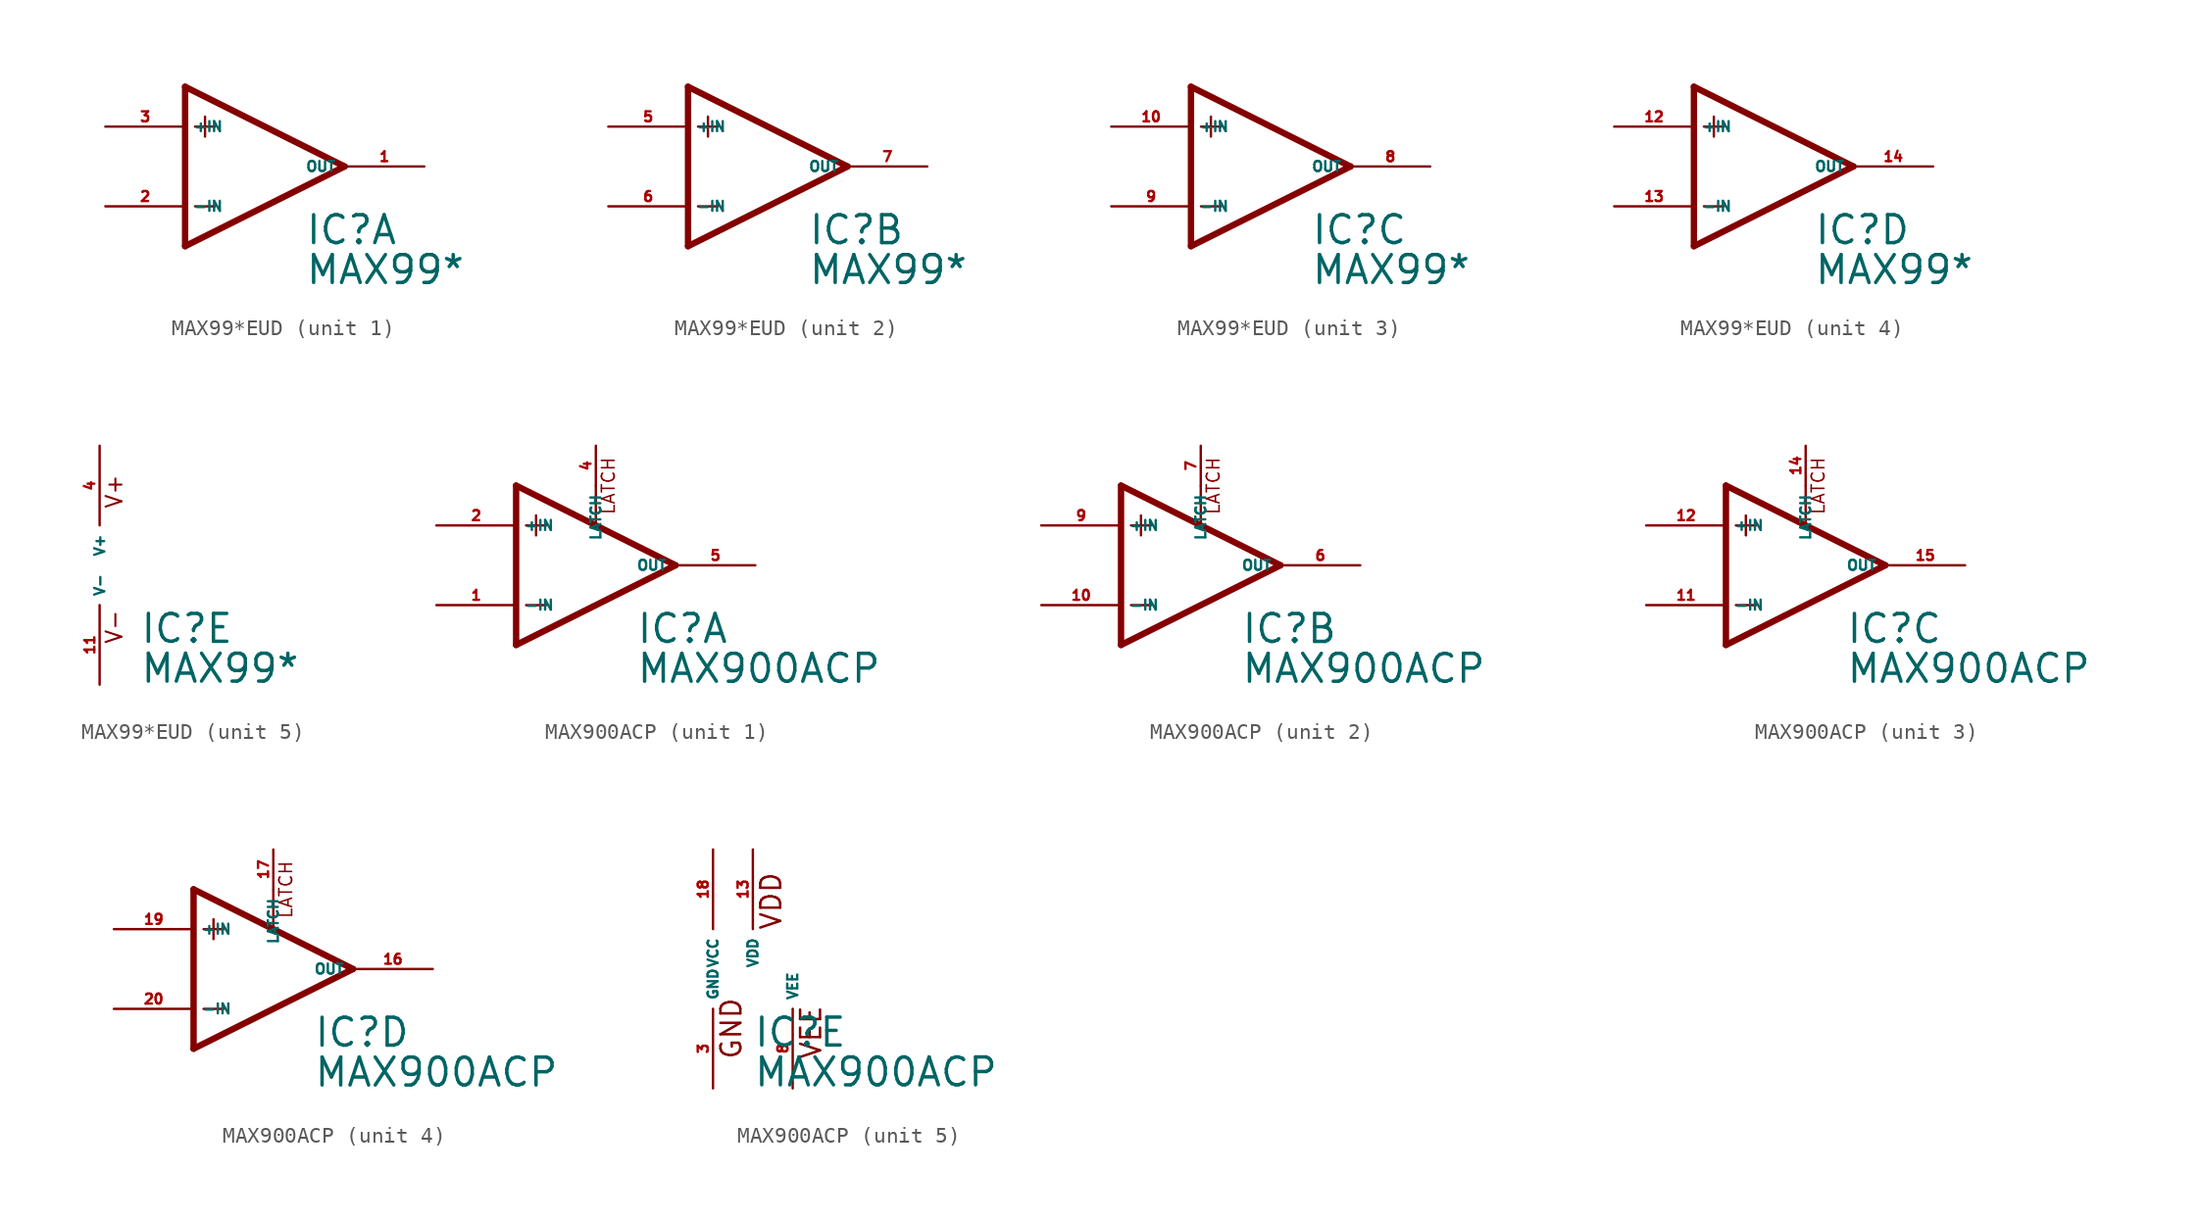
<source format=kicad_sym>
(kicad_symbol_lib
  (version 20220914)
  (generator Eagle2Kicad)
  (symbol "MAX99*EUD"
    (property "Reference" "IC"
      (at 2.54 -5.08 0)
      (effects (font (size 1.778 1.778) (thickness 0.22)) (justify left bottom)))
    (property "Value" "MAX99*"
      (at 2.54 -7.62 0)
      (effects (font (size 1.778 1.778) (thickness 0.22)) (justify left bottom)))
    (symbol "MAX99*EUD_1_0"
      (polyline (pts (xy -3.81 3.175) (xy -3.81 1.905)) (stroke (width 0.152) (type default)) (fill (type none)))
      (polyline (pts (xy -4.445 2.54) (xy -3.175 2.54)) (stroke (width 0.152) (type default)) (fill (type none)))
      (polyline (pts (xy -4.445 -2.54) (xy -3.175 -2.54)) (stroke (width 0.152) (type default)) (fill (type none)))
      (polyline (pts (xy -5.08 5.08) (xy -5.08 -5.08)) (stroke (width 0.406) (type default)) (fill (type none)))
      (polyline (pts (xy 5.08 0) (xy -5.08 5.08)) (stroke (width 0.406) (type default)) (fill (type none)))
      (polyline (pts (xy -5.08 -5.08) (xy 5.08 0)) (stroke (width 0.406) (type default)) (fill (type none)))
      (pin input line (at -10.16 -2.54 0) (length 5.08) (name "-IN" (effects (font (size 0.635 0.635) (thickness 0.08)) (justify left bottom))) (number "2" (effects (font (size 0.635 0.635) (thickness 0.08)) (justify left bottom))))
      (pin input line (at -10.16 2.54 0) (length 5.08) (name "+IN" (effects (font (size 0.635 0.635) (thickness 0.08)) (justify left bottom))) (number "3" (effects (font (size 0.635 0.635) (thickness 0.08)) (justify left bottom))))
      (pin output line (at 10.16 0 180) (length 5.08) (name "OUT" (effects (font (size 0.635 0.635) (thickness 0.08)) (justify left bottom))) (number "1" (effects (font (size 0.635 0.635) (thickness 0.08)) (justify left bottom)))))
    (symbol "MAX99*EUD_2_0"
      (polyline (pts (xy -3.81 3.175) (xy -3.81 1.905)) (stroke (width 0.152) (type default)) (fill (type none)))
      (polyline (pts (xy -4.445 2.54) (xy -3.175 2.54)) (stroke (width 0.152) (type default)) (fill (type none)))
      (polyline (pts (xy -4.445 -2.54) (xy -3.175 -2.54)) (stroke (width 0.152) (type default)) (fill (type none)))
      (polyline (pts (xy -5.08 5.08) (xy -5.08 -5.08)) (stroke (width 0.406) (type default)) (fill (type none)))
      (polyline (pts (xy 5.08 0) (xy -5.08 5.08)) (stroke (width 0.406) (type default)) (fill (type none)))
      (polyline (pts (xy -5.08 -5.08) (xy 5.08 0)) (stroke (width 0.406) (type default)) (fill (type none)))
      (pin input line (at -10.16 -2.54 0) (length 5.08) (name "-IN" (effects (font (size 0.635 0.635) (thickness 0.08)) (justify left bottom))) (number "6" (effects (font (size 0.635 0.635) (thickness 0.08)) (justify left bottom))))
      (pin input line (at -10.16 2.54 0) (length 5.08) (name "+IN" (effects (font (size 0.635 0.635) (thickness 0.08)) (justify left bottom))) (number "5" (effects (font (size 0.635 0.635) (thickness 0.08)) (justify left bottom))))
      (pin output line (at 10.16 0 180) (length 5.08) (name "OUT" (effects (font (size 0.635 0.635) (thickness 0.08)) (justify left bottom))) (number "7" (effects (font (size 0.635 0.635) (thickness 0.08)) (justify left bottom)))))
    (symbol "MAX99*EUD_3_0"
      (polyline (pts (xy -3.81 3.175) (xy -3.81 1.905)) (stroke (width 0.152) (type default)) (fill (type none)))
      (polyline (pts (xy -4.445 2.54) (xy -3.175 2.54)) (stroke (width 0.152) (type default)) (fill (type none)))
      (polyline (pts (xy -4.445 -2.54) (xy -3.175 -2.54)) (stroke (width 0.152) (type default)) (fill (type none)))
      (polyline (pts (xy -5.08 5.08) (xy -5.08 -5.08)) (stroke (width 0.406) (type default)) (fill (type none)))
      (polyline (pts (xy 5.08 0) (xy -5.08 5.08)) (stroke (width 0.406) (type default)) (fill (type none)))
      (polyline (pts (xy -5.08 -5.08) (xy 5.08 0)) (stroke (width 0.406) (type default)) (fill (type none)))
      (pin input line (at -10.16 -2.54 0) (length 5.08) (name "-IN" (effects (font (size 0.635 0.635) (thickness 0.08)) (justify left bottom))) (number "9" (effects (font (size 0.635 0.635) (thickness 0.08)) (justify left bottom))))
      (pin input line (at -10.16 2.54 0) (length 5.08) (name "+IN" (effects (font (size 0.635 0.635) (thickness 0.08)) (justify left bottom))) (number "10" (effects (font (size 0.635 0.635) (thickness 0.08)) (justify left bottom))))
      (pin output line (at 10.16 0 180) (length 5.08) (name "OUT" (effects (font (size 0.635 0.635) (thickness 0.08)) (justify left bottom))) (number "8" (effects (font (size 0.635 0.635) (thickness 0.08)) (justify left bottom)))))
    (symbol "MAX99*EUD_4_0"
      (polyline (pts (xy -3.81 3.175) (xy -3.81 1.905)) (stroke (width 0.152) (type default)) (fill (type none)))
      (polyline (pts (xy -4.445 2.54) (xy -3.175 2.54)) (stroke (width 0.152) (type default)) (fill (type none)))
      (polyline (pts (xy -4.445 -2.54) (xy -3.175 -2.54)) (stroke (width 0.152) (type default)) (fill (type none)))
      (polyline (pts (xy -5.08 5.08) (xy -5.08 -5.08)) (stroke (width 0.406) (type default)) (fill (type none)))
      (polyline (pts (xy 5.08 0) (xy -5.08 5.08)) (stroke (width 0.406) (type default)) (fill (type none)))
      (polyline (pts (xy -5.08 -5.08) (xy 5.08 0)) (stroke (width 0.406) (type default)) (fill (type none)))
      (pin input line (at -10.16 -2.54 0) (length 5.08) (name "-IN" (effects (font (size 0.635 0.635) (thickness 0.08)) (justify left bottom))) (number "13" (effects (font (size 0.635 0.635) (thickness 0.08)) (justify left bottom))))
      (pin input line (at -10.16 2.54 0) (length 5.08) (name "+IN" (effects (font (size 0.635 0.635) (thickness 0.08)) (justify left bottom))) (number "12" (effects (font (size 0.635 0.635) (thickness 0.08)) (justify left bottom))))
      (pin output line (at 10.16 0 180) (length 5.08) (name "OUT" (effects (font (size 0.635 0.635) (thickness 0.08)) (justify left bottom))) (number "14" (effects (font (size 0.635 0.635) (thickness 0.08)) (justify left bottom)))))
    (symbol "MAX99*EUD_5_0"
      (text "V+" (at 1.524 3.556 900) (effects (font (size 1.016 1.016) (thickness 0.13)) (justify left bottom)))
      (text "V-" (at 1.524 -5.08 900) (effects (font (size 1.016 1.016) (thickness 0.13)) (justify left bottom)))
      (pin unspecified line (at 0 7.62 270) (length 5.08) (name "V+" (effects (font (size 0.635 0.635) (thickness 0.08)) (justify left bottom))) (number "4" (effects (font (size 0.635 0.635) (thickness 0.08)) (justify left bottom))))
      (pin unspecified line (at 0 -7.62 90) (length 5.08) (name "V-" (effects (font (size 0.635 0.635) (thickness 0.08)) (justify left bottom))) (number "11" (effects (font (size 0.635 0.635) (thickness 0.08)) (justify left bottom))))))
  (symbol "MAX900ACP"
    (property "Reference" "IC"
      (at 2.54 -5.08 0)
      (effects (font (size 1.778 1.778) (thickness 0.22)) (justify left bottom)))
    (property "Value" "MAX900ACP"
      (at 2.54 -7.62 0)
      (effects (font (size 1.778 1.778) (thickness 0.22)) (justify left bottom)))
    (symbol "MAX900ACP_1_0"
      (polyline (pts (xy -3.81 3.175) (xy -3.81 1.905)) (stroke (width 0.152) (type default)) (fill (type none)))
      (polyline (pts (xy -4.445 2.54) (xy -3.175 2.54)) (stroke (width 0.152) (type default)) (fill (type none)))
      (polyline (pts (xy -4.445 -2.54) (xy -3.175 -2.54)) (stroke (width 0.152) (type default)) (fill (type none)))
      (polyline (pts (xy 0 5.055) (xy 0 2.616)) (stroke (width 0.152) (type default)) (fill (type none)))
      (polyline (pts (xy 5.08 0) (xy -5.08 5.08)) (stroke (width 0.406) (type default)) (fill (type none)))
      (polyline (pts (xy -5.08 5.08) (xy -5.08 -5.08)) (stroke (width 0.406) (type default)) (fill (type none)))
      (polyline (pts (xy -5.08 -5.08) (xy 5.08 0)) (stroke (width 0.406) (type default)) (fill (type none)))
      (text "LATCH" (at 1.27 3.175 900) (effects (font (size 0.813 0.813) (thickness 0.10)) (justify left bottom)))
      (pin passive line (at 0 7.62 270) (length 2.54) (name "LATCH" (effects (font (size 0.635 0.635) (thickness 0.08)) (justify left bottom))) (number "4" (effects (font (size 0.635 0.635) (thickness 0.08)) (justify left bottom))))
      (pin input line (at -10.16 -2.54 0) (length 5.08) (name "-IN" (effects (font (size 0.635 0.635) (thickness 0.08)) (justify left bottom))) (number "1" (effects (font (size 0.635 0.635) (thickness 0.08)) (justify left bottom))))
      (pin input line (at -10.16 2.54 0) (length 5.08) (name "+IN" (effects (font (size 0.635 0.635) (thickness 0.08)) (justify left bottom))) (number "2" (effects (font (size 0.635 0.635) (thickness 0.08)) (justify left bottom))))
      (pin output line (at 10.16 0 180) (length 5.08) (name "OUT" (effects (font (size 0.635 0.635) (thickness 0.08)) (justify left bottom))) (number "5" (effects (font (size 0.635 0.635) (thickness 0.08)) (justify left bottom)))))
    (symbol "MAX900ACP_2_0"
      (polyline (pts (xy -3.81 3.175) (xy -3.81 1.905)) (stroke (width 0.152) (type default)) (fill (type none)))
      (polyline (pts (xy -4.445 2.54) (xy -3.175 2.54)) (stroke (width 0.152) (type default)) (fill (type none)))
      (polyline (pts (xy -4.445 -2.54) (xy -3.175 -2.54)) (stroke (width 0.152) (type default)) (fill (type none)))
      (polyline (pts (xy 0 5.055) (xy 0 2.616)) (stroke (width 0.152) (type default)) (fill (type none)))
      (polyline (pts (xy 5.08 0) (xy -5.08 5.08)) (stroke (width 0.406) (type default)) (fill (type none)))
      (polyline (pts (xy -5.08 5.08) (xy -5.08 -5.08)) (stroke (width 0.406) (type default)) (fill (type none)))
      (polyline (pts (xy -5.08 -5.08) (xy 5.08 0)) (stroke (width 0.406) (type default)) (fill (type none)))
      (text "LATCH" (at 1.27 3.175 900) (effects (font (size 0.813 0.813) (thickness 0.10)) (justify left bottom)))
      (pin passive line (at 0 7.62 270) (length 2.54) (name "LATCH" (effects (font (size 0.635 0.635) (thickness 0.08)) (justify left bottom))) (number "7" (effects (font (size 0.635 0.635) (thickness 0.08)) (justify left bottom))))
      (pin input line (at -10.16 -2.54 0) (length 5.08) (name "-IN" (effects (font (size 0.635 0.635) (thickness 0.08)) (justify left bottom))) (number "10" (effects (font (size 0.635 0.635) (thickness 0.08)) (justify left bottom))))
      (pin input line (at -10.16 2.54 0) (length 5.08) (name "+IN" (effects (font (size 0.635 0.635) (thickness 0.08)) (justify left bottom))) (number "9" (effects (font (size 0.635 0.635) (thickness 0.08)) (justify left bottom))))
      (pin output line (at 10.16 0 180) (length 5.08) (name "OUT" (effects (font (size 0.635 0.635) (thickness 0.08)) (justify left bottom))) (number "6" (effects (font (size 0.635 0.635) (thickness 0.08)) (justify left bottom)))))
    (symbol "MAX900ACP_3_0"
      (polyline (pts (xy -3.81 3.175) (xy -3.81 1.905)) (stroke (width 0.152) (type default)) (fill (type none)))
      (polyline (pts (xy -4.445 2.54) (xy -3.175 2.54)) (stroke (width 0.152) (type default)) (fill (type none)))
      (polyline (pts (xy -4.445 -2.54) (xy -3.175 -2.54)) (stroke (width 0.152) (type default)) (fill (type none)))
      (polyline (pts (xy 0 5.055) (xy 0 2.616)) (stroke (width 0.152) (type default)) (fill (type none)))
      (polyline (pts (xy 5.08 0) (xy -5.08 5.08)) (stroke (width 0.406) (type default)) (fill (type none)))
      (polyline (pts (xy -5.08 5.08) (xy -5.08 -5.08)) (stroke (width 0.406) (type default)) (fill (type none)))
      (polyline (pts (xy -5.08 -5.08) (xy 5.08 0)) (stroke (width 0.406) (type default)) (fill (type none)))
      (text "LATCH" (at 1.27 3.175 900) (effects (font (size 0.813 0.813) (thickness 0.10)) (justify left bottom)))
      (pin passive line (at 0 7.62 270) (length 2.54) (name "LATCH" (effects (font (size 0.635 0.635) (thickness 0.08)) (justify left bottom))) (number "14" (effects (font (size 0.635 0.635) (thickness 0.08)) (justify left bottom))))
      (pin input line (at -10.16 -2.54 0) (length 5.08) (name "-IN" (effects (font (size 0.635 0.635) (thickness 0.08)) (justify left bottom))) (number "11" (effects (font (size 0.635 0.635) (thickness 0.08)) (justify left bottom))))
      (pin input line (at -10.16 2.54 0) (length 5.08) (name "+IN" (effects (font (size 0.635 0.635) (thickness 0.08)) (justify left bottom))) (number "12" (effects (font (size 0.635 0.635) (thickness 0.08)) (justify left bottom))))
      (pin output line (at 10.16 0 180) (length 5.08) (name "OUT" (effects (font (size 0.635 0.635) (thickness 0.08)) (justify left bottom))) (number "15" (effects (font (size 0.635 0.635) (thickness 0.08)) (justify left bottom)))))
    (symbol "MAX900ACP_4_0"
      (polyline (pts (xy -3.81 3.175) (xy -3.81 1.905)) (stroke (width 0.152) (type default)) (fill (type none)))
      (polyline (pts (xy -4.445 2.54) (xy -3.175 2.54)) (stroke (width 0.152) (type default)) (fill (type none)))
      (polyline (pts (xy -4.445 -2.54) (xy -3.175 -2.54)) (stroke (width 0.152) (type default)) (fill (type none)))
      (polyline (pts (xy 0 5.055) (xy 0 2.616)) (stroke (width 0.152) (type default)) (fill (type none)))
      (polyline (pts (xy 5.08 0) (xy -5.08 5.08)) (stroke (width 0.406) (type default)) (fill (type none)))
      (polyline (pts (xy -5.08 5.08) (xy -5.08 -5.08)) (stroke (width 0.406) (type default)) (fill (type none)))
      (polyline (pts (xy -5.08 -5.08) (xy 5.08 0)) (stroke (width 0.406) (type default)) (fill (type none)))
      (text "LATCH" (at 1.27 3.175 900) (effects (font (size 0.813 0.813) (thickness 0.10)) (justify left bottom)))
      (pin passive line (at 0 7.62 270) (length 2.54) (name "LATCH" (effects (font (size 0.635 0.635) (thickness 0.08)) (justify left bottom))) (number "17" (effects (font (size 0.635 0.635) (thickness 0.08)) (justify left bottom))))
      (pin input line (at -10.16 -2.54 0) (length 5.08) (name "-IN" (effects (font (size 0.635 0.635) (thickness 0.08)) (justify left bottom))) (number "20" (effects (font (size 0.635 0.635) (thickness 0.08)) (justify left bottom))))
      (pin input line (at -10.16 2.54 0) (length 5.08) (name "+IN" (effects (font (size 0.635 0.635) (thickness 0.08)) (justify left bottom))) (number "19" (effects (font (size 0.635 0.635) (thickness 0.08)) (justify left bottom))))
      (pin output line (at 10.16 0 180) (length 5.08) (name "OUT" (effects (font (size 0.635 0.635) (thickness 0.08)) (justify left bottom))) (number "16" (effects (font (size 0.635 0.635) (thickness 0.08)) (justify left bottom)))))
    (symbol "MAX900ACP_5_0"
      (text "GND" (at 1.905 -5.842 900) (effects (font (size 1.27 1.27) (thickness 0.16)) (justify left bottom)))
      (text "VEE" (at 6.985 -5.842 900) (effects (font (size 1.27 1.27) (thickness 0.16)) (justify left bottom)))
      (text "VDD" (at 4.445 2.413 900) (effects (font (size 1.27 1.27) (thickness 0.16)) (justify left bottom)))
      (pin unspecified line (at 5.08 -7.62 90) (length 5.08) (name "VEE" (effects (font (size 0.635 0.635) (thickness 0.08)) (justify left bottom))) (number "8" (effects (font (size 0.635 0.635) (thickness 0.08)) (justify left bottom))))
      (pin unspecified line (at 0 -7.62 90) (length 5.08) (name "GND" (effects (font (size 0.635 0.635) (thickness 0.08)) (justify left bottom))) (number "3" (effects (font (size 0.635 0.635) (thickness 0.08)) (justify left bottom))))
      (pin unspecified line (at 0 7.62 270) (length 5.08) (name "VCC" (effects (font (size 0.635 0.635) (thickness 0.08)) (justify left bottom))) (number "18" (effects (font (size 0.635 0.635) (thickness 0.08)) (justify left bottom))))
      (pin unspecified line (at 2.54 7.62 270) (length 5.08) (name "VDD" (effects (font (size 0.635 0.635) (thickness 0.08)) (justify left bottom))) (number "13" (effects (font (size 0.635 0.635) (thickness 0.08)) (justify left bottom)))))))
</source>
